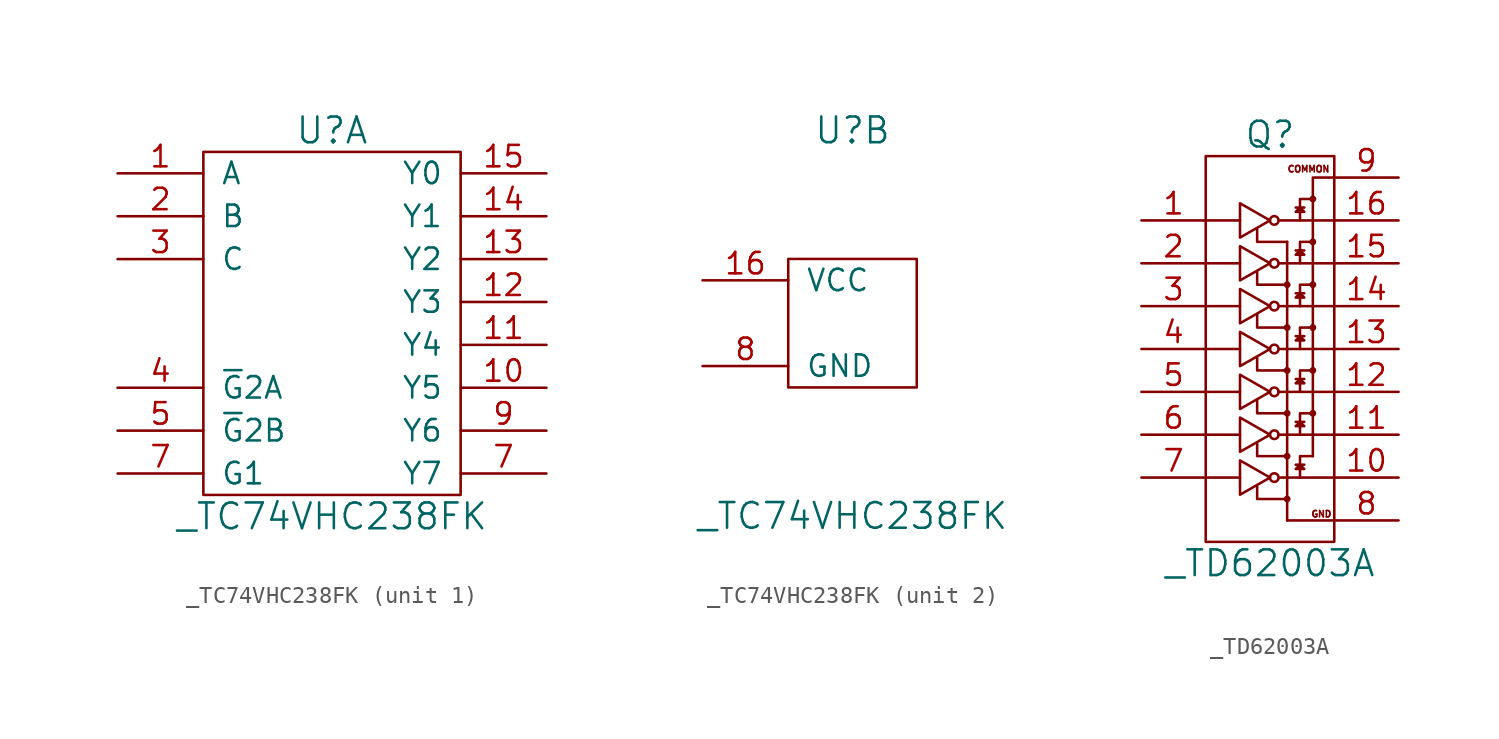
<source format=kicad_sym>
(kicad_symbol_lib
  (version 20220914)
  (generator kicad_symbol_editor)
  (symbol "_TC74VHC238FK"
    (pin_names
      (offset 1.016))
    (property "Reference" "U"
      (at 0 11.43 0)
      (effects (font (size 1.524 1.524))))
    (property "Value" "_TC74VHC238FK"
      (at 0 -11.43 0)
      (effects (font (size 1.524 1.524))))
    (property "ki_locked" ""
      (at 0 0 0)
      (effects (font (size 1.27 1.27))))
    (symbol "_TC74VHC238FK_1_1"
      (rectangle (start -7.62 10.16) (end 7.62 -10.16) (stroke (width 0) (type solid)) (fill (type none)))
      (pin input line (at -12.7 8.89 0) (length 5.08) (name "A" (effects (font (size 1.27 1.27)))) (number "1" (effects (font (size 1.27 1.27)))))
      (pin output line (at 12.7 -3.81 180) (length 5.08) (name "Y5" (effects (font (size 1.27 1.27)))) (number "10" (effects (font (size 1.27 1.27)))))
      (pin output line (at 12.7 -1.27 180) (length 5.08) (name "Y4" (effects (font (size 1.27 1.27)))) (number "11" (effects (font (size 1.27 1.27)))))
      (pin output line (at 12.7 1.27 180) (length 5.08) (name "Y3" (effects (font (size 1.27 1.27)))) (number "12" (effects (font (size 1.27 1.27)))))
      (pin output line (at 12.7 3.81 180) (length 5.08) (name "Y2" (effects (font (size 1.27 1.27)))) (number "13" (effects (font (size 1.27 1.27)))))
      (pin output line (at 12.7 6.35 180) (length 5.08) (name "Y1" (effects (font (size 1.27 1.27)))) (number "14" (effects (font (size 1.27 1.27)))))
      (pin output line (at 12.7 8.89 180) (length 5.08) (name "Y0" (effects (font (size 1.27 1.27)))) (number "15" (effects (font (size 1.27 1.27)))))
      (pin input line (at -12.7 6.35 0) (length 5.08) (name "B" (effects (font (size 1.27 1.27)))) (number "2" (effects (font (size 1.27 1.27)))))
      (pin input line (at -12.7 3.81 0) (length 5.08) (name "C" (effects (font (size 1.27 1.27)))) (number "3" (effects (font (size 1.27 1.27)))))
      (pin input line (at -12.7 -3.81 0) (length 5.08) (name "~{G}2A" (effects (font (size 1.27 1.27)))) (number "4" (effects (font (size 1.27 1.27)))))
      (pin input line (at -12.7 -6.35 0) (length 5.08) (name "~{G}2B" (effects (font (size 1.27 1.27)))) (number "5" (effects (font (size 1.27 1.27)))))
      (pin input line (at -12.7 -8.89 0) (length 5.08) (name "G1" (effects (font (size 1.27 1.27)))) (number "7" (effects (font (size 1.27 1.27)))))
      (pin output line (at 12.7 -8.89 180) (length 5.08) (name "Y7" (effects (font (size 1.27 1.27)))) (number "7" (effects (font (size 1.27 1.27)))))
      (pin output line (at 12.7 -6.35 180) (length 5.08) (name "Y6" (effects (font (size 1.27 1.27)))) (number "9" (effects (font (size 1.27 1.27))))))
    (symbol "_TC74VHC238FK_2_1"
      (rectangle (start -3.81 3.81) (end 3.81 -3.81) (stroke (width 0) (type solid)) (fill (type none)))
      (pin power_in line (at -8.89 2.54 0) (length 5.08) (name "VCC" (effects (font (size 1.27 1.27)))) (number "16" (effects (font (size 1.27 1.27)))))
      (pin power_in line (at -8.89 -2.54 0) (length 5.08) (name "GND" (effects (font (size 1.27 1.27)))) (number "8" (effects (font (size 1.27 1.27)))))))
  (symbol "_TD62003A"
    (pin_names
      (offset 1.016) hide)
    (property "Reference" "Q"
      (at 0 12.7 0)
      (effects (font (size 1.524 1.524))))
    (property "Value" "_TD62003A"
      (at 0 -12.7 0)
      (effects (font (size 1.524 1.524))))
    (property "Footprint" ""
      (at 0.508 -1.27 0)
      (effects (font (size 1.524 1.524))))
    (property "Datasheet" ""
      (at 0.508 -1.27 0)
      (effects (font (size 1.524 1.524))))
    (symbol "_TD62003A_0_0"
      (text "COMMON" (at 2.286 10.668 0) (effects (font (size 0.381 0.381))))
      (text "GND" (at 3.048 -9.779 0) (effects (font (size 0.381 0.381)))))
    (symbol "_TD62003A_0_1"
      (rectangle (start -3.81 11.43) (end 3.81 -11.43) (stroke (width 0) (type solid)) (fill (type none)))
      (polyline (pts (xy -3.81 -7.62) (xy -1.778 -7.62)) (stroke (width 0) (type solid)) (fill (type none)))
      (polyline (pts (xy -3.81 -5.08) (xy -1.778 -5.08)) (stroke (width 0) (type solid)) (fill (type none)))
      (polyline (pts (xy -3.81 -2.54) (xy -1.778 -2.54)) (stroke (width 0) (type solid)) (fill (type none)))
      (polyline (pts (xy -3.81 0) (xy -1.778 0)) (stroke (width 0) (type solid)) (fill (type none)))
      (polyline (pts (xy -3.81 2.54) (xy -1.778 2.54)) (stroke (width 0) (type solid)) (fill (type none)))
      (polyline (pts (xy -3.81 5.08) (xy -1.778 5.08)) (stroke (width 0) (type solid)) (fill (type none)))
      (polyline (pts (xy -3.81 7.62) (xy -1.778 7.62)) (stroke (width 0) (type solid)) (fill (type none)))
      (polyline (pts (xy 0.508 -7.62) (xy 3.81 -7.62)) (stroke (width 0) (type solid)) (fill (type none)))
      (polyline (pts (xy 0.508 -5.08) (xy 3.81 -5.08)) (stroke (width 0) (type solid)) (fill (type none)))
      (polyline (pts (xy 0.508 -2.54) (xy 3.81 -2.54)) (stroke (width 0) (type solid)) (fill (type none)))
      (polyline (pts (xy 0.508 0) (xy 3.81 0)) (stroke (width 0) (type solid)) (fill (type none)))
      (polyline (pts (xy 0.508 2.54) (xy 3.81 2.54)) (stroke (width 0) (type solid)) (fill (type none)))
      (polyline (pts (xy 0.508 5.08) (xy 3.81 5.08)) (stroke (width 0) (type solid)) (fill (type none)))
      (polyline (pts (xy 0.508 7.62) (xy 3.81 7.62)) (stroke (width 0) (type solid)) (fill (type none)))
      (polyline (pts (xy 1.016 6.35) (xy 1.016 -10.16)) (stroke (width 0) (type solid)) (fill (type none)))
      (polyline (pts (xy 1.524 -6.858) (xy 2.032 -6.858)) (stroke (width 0) (type solid)) (fill (type none)))
      (polyline (pts (xy 1.524 -4.318) (xy 2.032 -4.318)) (stroke (width 0) (type solid)) (fill (type none)))
      (polyline (pts (xy 1.524 -1.778) (xy 1.778 -1.778)) (stroke (width 0) (type solid)) (fill (type none)))
      (polyline (pts (xy 1.524 0.762) (xy 2.032 0.762)) (stroke (width 0) (type solid)) (fill (type none)))
      (polyline (pts (xy 1.524 3.302) (xy 2.032 3.302)) (stroke (width 0) (type solid)) (fill (type none)))
      (polyline (pts (xy 1.524 5.842) (xy 2.032 5.842)) (stroke (width 0) (type solid)) (fill (type none)))
      (polyline (pts (xy 1.524 8.382) (xy 2.032 8.382)) (stroke (width 0) (type solid)) (fill (type none)))
      (polyline (pts (xy 2.032 -1.778) (xy 1.778 -1.778)) (stroke (width 0) (type solid)) (fill (type none)))
      (polyline (pts (xy -0.762 -8.128) (xy -0.762 -8.89) (xy 1.016 -8.89)) (stroke (width 0) (type solid)) (fill (type none)))
      (polyline (pts (xy -0.762 -5.588) (xy -0.762 -6.35) (xy 1.016 -6.35)) (stroke (width 0) (type solid)) (fill (type none)))
      (polyline (pts (xy -0.762 -3.048) (xy -0.762 -3.81) (xy 1.016 -3.81)) (stroke (width 0) (type solid)) (fill (type none)))
      (polyline (pts (xy -0.762 -0.508) (xy -0.762 -1.27) (xy 1.016 -1.27)) (stroke (width 0) (type solid)) (fill (type none)))
      (polyline (pts (xy -0.762 2.032) (xy -0.762 1.27) (xy 1.016 1.27)) (stroke (width 0) (type solid)) (fill (type none)))
      (polyline (pts (xy -0.762 4.572) (xy -0.762 3.81) (xy 1.016 3.81)) (stroke (width 0) (type solid)) (fill (type none)))
      (polyline (pts (xy -0.762 7.112) (xy -0.762 6.35) (xy 1.016 6.35)) (stroke (width 0) (type solid)) (fill (type none)))
      (polyline (pts (xy 1.016 -10.16) (xy 1.778 -10.16) (xy 3.81 -10.16)) (stroke (width 0) (type solid)) (fill (type none)))
      (polyline (pts (xy 1.778 -7.62) (xy 1.778 -6.35) (xy 2.54 -6.35)) (stroke (width 0) (type solid)) (fill (type none)))
      (polyline (pts (xy 1.778 -5.08) (xy 1.778 -3.81) (xy 2.54 -3.81)) (stroke (width 0) (type solid)) (fill (type none)))
      (polyline (pts (xy 1.778 -2.54) (xy 1.778 -1.27) (xy 2.54 -1.27)) (stroke (width 0) (type solid)) (fill (type none)))
      (polyline (pts (xy 1.778 0) (xy 1.778 1.27) (xy 2.54 1.27)) (stroke (width 0) (type solid)) (fill (type none)))
      (polyline (pts (xy 1.778 2.54) (xy 1.778 3.81) (xy 2.54 3.81)) (stroke (width 0) (type solid)) (fill (type none)))
      (polyline (pts (xy 1.778 5.08) (xy 1.778 6.35) (xy 2.54 6.35)) (stroke (width 0) (type solid)) (fill (type none)))
      (polyline (pts (xy 1.778 7.62) (xy 1.778 8.89) (xy 2.54 8.89)) (stroke (width 0) (type solid)) (fill (type none)))
      (polyline (pts (xy 3.81 10.16) (xy 2.54 10.16) (xy 2.54 -6.35)) (stroke (width 0) (type solid)) (fill (type none)))
      (polyline (pts (xy -1.778 -6.604) (xy -1.778 -8.636) (xy 0 -7.62) (xy -1.778 -6.604)) (stroke (width 0) (type solid)) (fill (type none)))
      (polyline (pts (xy -1.778 -4.064) (xy -1.778 -6.096) (xy 0 -5.08) (xy -1.778 -4.064)) (stroke (width 0) (type solid)) (fill (type none)))
      (polyline (pts (xy -1.778 -1.524) (xy -1.778 -3.556) (xy 0 -2.54) (xy -1.778 -1.524)) (stroke (width 0) (type solid)) (fill (type none)))
      (polyline (pts (xy -1.778 1.016) (xy -1.778 -1.016) (xy 0 0) (xy -1.778 1.016)) (stroke (width 0) (type solid)) (fill (type none)))
      (polyline (pts (xy -1.778 3.556) (xy -1.778 1.524) (xy 0 2.54) (xy -1.778 3.556)) (stroke (width 0) (type solid)) (fill (type none)))
      (polyline (pts (xy -1.778 6.096) (xy -1.778 4.064) (xy 0 5.08) (xy -1.778 6.096)) (stroke (width 0) (type solid)) (fill (type none)))
      (polyline (pts (xy -1.778 8.636) (xy -1.778 6.604) (xy 0 7.62) (xy -1.778 8.636)) (stroke (width 0) (type solid)) (fill (type none)))
      (polyline (pts (xy 1.524 -7.112) (xy 2.032 -7.112) (xy 1.778 -6.858) (xy 1.524 -7.112)) (stroke (width 0) (type solid)) (fill (type none)))
      (polyline (pts (xy 1.778 -4.318) (xy 1.524 -4.572) (xy 2.032 -4.572) (xy 1.778 -4.318)) (stroke (width 0) (type solid)) (fill (type none)))
      (polyline (pts (xy 1.778 -1.778) (xy 1.524 -2.032) (xy 2.032 -2.032) (xy 1.778 -1.778)) (stroke (width 0) (type solid)) (fill (type none)))
      (polyline (pts (xy 1.778 0.762) (xy 1.524 0.508) (xy 2.032 0.508) (xy 1.778 0.762)) (stroke (width 0) (type solid)) (fill (type none)))
      (polyline (pts (xy 1.778 3.302) (xy 1.524 3.048) (xy 2.032 3.048) (xy 1.778 3.302)) (stroke (width 0) (type solid)) (fill (type none)))
      (polyline (pts (xy 1.778 5.842) (xy 1.524 5.588) (xy 2.032 5.588) (xy 1.778 5.842)) (stroke (width 0) (type solid)) (fill (type none)))
      (polyline (pts (xy 1.778 8.382) (xy 1.524 8.128) (xy 2.032 8.128) (xy 1.778 8.382)) (stroke (width 0) (type solid)) (fill (type none)))
      (circle (center 0.254 -7.62) (radius 0.254) (stroke (width 0) (type solid)) (fill (type none)))
      (circle (center 0.254 -5.08) (radius 0.254) (stroke (width 0) (type solid)) (fill (type none)))
      (circle (center 0.254 -2.54) (radius 0.254) (stroke (width 0) (type solid)) (fill (type none)))
      (circle (center 0.254 0) (radius 0.254) (stroke (width 0) (type solid)) (fill (type none)))
      (circle (center 0.254 2.54) (radius 0.254) (stroke (width 0) (type solid)) (fill (type none)))
      (circle (center 0.254 5.08) (radius 0.254) (stroke (width 0) (type solid)) (fill (type none)))
      (circle (center 0.254 7.62) (radius 0.254) (stroke (width 0) (type solid)) (fill (type none)))
      (circle (center 1.016 -8.89) (radius 0.127) (stroke (width 0) (type solid)) (fill (type none)))
      (circle (center 1.016 -6.35) (radius 0.127) (stroke (width 0) (type solid)) (fill (type none)))
      (circle (center 1.016 -3.81) (radius 0.127) (stroke (width 0) (type solid)) (fill (type none)))
      (circle (center 1.016 -1.27) (radius 0.127) (stroke (width 0) (type solid)) (fill (type none)))
      (circle (center 1.016 1.27) (radius 0.127) (stroke (width 0) (type solid)) (fill (type none)))
      (circle (center 1.016 3.81) (radius 0.127) (stroke (width 0) (type solid)) (fill (type none)))
      (circle (center 2.54 -3.81) (radius 0.127) (stroke (width 0) (type solid)) (fill (type none)))
      (circle (center 2.54 -1.27) (radius 0.127) (stroke (width 0) (type solid)) (fill (type none)))
      (circle (center 2.54 1.27) (radius 0.127) (stroke (width 0) (type solid)) (fill (type none)))
      (circle (center 2.54 3.81) (radius 0.127) (stroke (width 0) (type solid)) (fill (type none)))
      (circle (center 2.54 6.35) (radius 0.127) (stroke (width 0) (type solid)) (fill (type none)))
      (circle (center 2.54 8.89) (radius 0.127) (stroke (width 0) (type solid)) (fill (type none))))
    (symbol "_TD62003A_1_1"
      (pin input line (at -7.62 7.62 0) (length 3.81) (name "I1" (effects (font (size 1.27 1.27)))) (number "1" (effects (font (size 1.27 1.27)))))
      (pin open_collector line (at 7.62 -7.62 180) (length 3.81) (name "O7" (effects (font (size 1.27 1.27)))) (number "10" (effects (font (size 1.27 1.27)))))
      (pin open_collector line (at 7.62 -5.08 180) (length 3.81) (name "O6" (effects (font (size 1.27 1.27)))) (number "11" (effects (font (size 1.27 1.27)))))
      (pin open_collector line (at 7.62 -2.54 180) (length 3.81) (name "O5" (effects (font (size 1.27 1.27)))) (number "12" (effects (font (size 1.27 1.27)))))
      (pin open_collector line (at 7.62 0 180) (length 3.81) (name "O4" (effects (font (size 1.27 1.27)))) (number "13" (effects (font (size 1.27 1.27)))))
      (pin open_collector line (at 7.62 2.54 180) (length 3.81) (name "O3" (effects (font (size 1.27 1.27)))) (number "14" (effects (font (size 1.27 1.27)))))
      (pin open_collector line (at 7.62 5.08 180) (length 3.81) (name "O2" (effects (font (size 1.27 1.27)))) (number "15" (effects (font (size 1.27 1.27)))))
      (pin open_collector line (at 7.62 7.62 180) (length 3.81) (name "O8" (effects (font (size 1.27 1.27)))) (number "16" (effects (font (size 1.27 1.27)))))
      (pin input line (at -7.62 5.08 0) (length 3.81) (name "I2" (effects (font (size 1.27 1.27)))) (number "2" (effects (font (size 1.27 1.27)))))
      (pin input line (at -7.62 2.54 0) (length 3.81) (name "I3" (effects (font (size 1.27 1.27)))) (number "3" (effects (font (size 1.27 1.27)))))
      (pin input line (at -7.62 0 0) (length 3.81) (name "I4" (effects (font (size 1.27 1.27)))) (number "4" (effects (font (size 1.27 1.27)))))
      (pin input line (at -7.62 -2.54 0) (length 3.81) (name "I5" (effects (font (size 1.27 1.27)))) (number "5" (effects (font (size 1.27 1.27)))))
      (pin input line (at -7.62 -5.08 0) (length 3.81) (name "I6" (effects (font (size 1.27 1.27)))) (number "6" (effects (font (size 1.27 1.27)))))
      (pin input line (at -7.62 -7.62 0) (length 3.81) (name "I7" (effects (font (size 1.27 1.27)))) (number "7" (effects (font (size 1.27 1.27)))))
      (pin power_in line (at 7.62 -10.16 180) (length 3.81) (name "GND" (effects (font (size 1.27 1.27)))) (number "8" (effects (font (size 1.27 1.27)))))
      (pin power_in line (at 7.62 10.16 180) (length 3.81) (name "COMMON" (effects (font (size 1.27 1.27)))) (number "9" (effects (font (size 1.27 1.27))))))))
</source>
